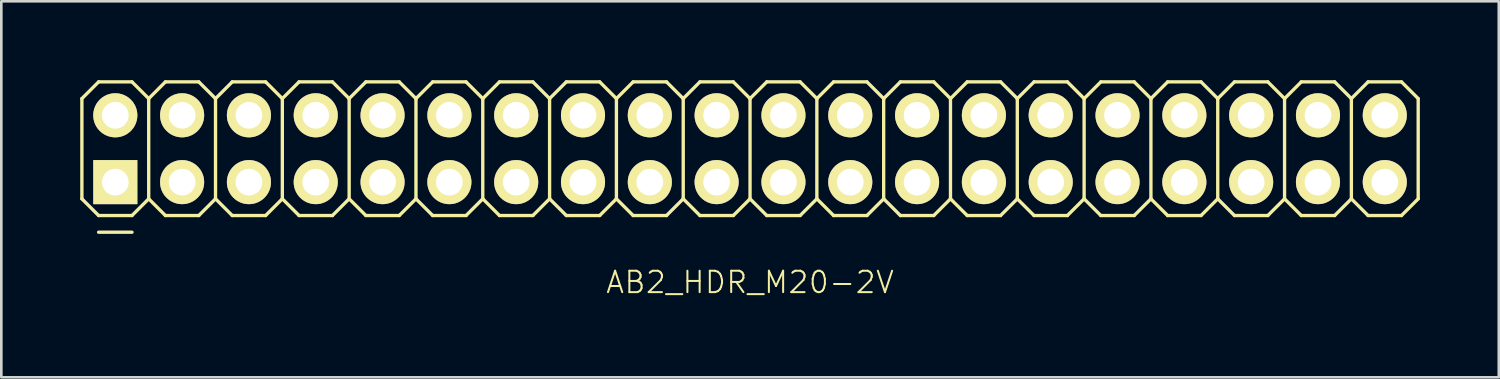
<source format=kicad_pcb>
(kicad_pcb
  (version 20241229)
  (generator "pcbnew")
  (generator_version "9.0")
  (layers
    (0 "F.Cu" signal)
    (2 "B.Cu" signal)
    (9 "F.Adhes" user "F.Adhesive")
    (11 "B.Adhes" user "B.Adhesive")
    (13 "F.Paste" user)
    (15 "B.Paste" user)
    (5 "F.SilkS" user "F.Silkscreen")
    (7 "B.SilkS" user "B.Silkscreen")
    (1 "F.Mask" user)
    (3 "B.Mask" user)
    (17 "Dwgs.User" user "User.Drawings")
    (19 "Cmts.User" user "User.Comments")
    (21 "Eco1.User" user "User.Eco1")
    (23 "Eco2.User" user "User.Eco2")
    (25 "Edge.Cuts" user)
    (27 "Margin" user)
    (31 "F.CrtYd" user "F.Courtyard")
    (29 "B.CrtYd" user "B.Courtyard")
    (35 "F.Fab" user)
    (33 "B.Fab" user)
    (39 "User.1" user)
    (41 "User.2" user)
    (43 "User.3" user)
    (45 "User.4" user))
  (footprint "AB2_HDR_M20-2V"
    (layer "F.Cu")
    (at 25.463 2.603)
    (property "Reference" "AB2_HDR_M20-2V" (at 0 5.08 0) (layer "F.SilkS") (effects (font (size 0.813 0.813) (thickness 0.076))))
    (attr through_hole)
    (fp_line (start -25.4 -1.905) (end -24.765 -2.54) (stroke (width 0.127) (type solid)) (layer "F.SilkS"))
    (fp_line (start -25.4 1.905) (end -25.4 -1.905) (stroke (width 0.127) (type solid)) (layer "F.SilkS"))
    (fp_line (start -24.765 -2.54) (end -23.495 -2.54) (stroke (width 0.127) (type solid)) (layer "F.SilkS"))
    (fp_line (start -24.765 2.54) (end -25.4 1.905) (stroke (width 0.127) (type solid)) (layer "F.SilkS"))
    (fp_line (start -24.765 3.175) (end -23.495 3.175) (stroke (width 0.127) (type solid)) (layer "F.SilkS"))
    (fp_line (start -23.495 -2.54) (end -22.86 -1.905) (stroke (width 0.127) (type solid)) (layer "F.SilkS"))
    (fp_line (start -23.495 2.54) (end -24.765 2.54) (stroke (width 0.127) (type solid)) (layer "F.SilkS"))
    (fp_line (start -22.86 -1.905) (end -22.86 1.905) (stroke (width 0.127) (type solid)) (layer "F.SilkS"))
    (fp_line (start -22.86 -1.905) (end -22.225 -2.54) (stroke (width 0.127) (type solid)) (layer "F.SilkS"))
    (fp_line (start -22.86 1.905) (end -23.495 2.54) (stroke (width 0.127) (type solid)) (layer "F.SilkS"))
    (fp_line (start -22.225 -2.54) (end -20.955 -2.54) (stroke (width 0.127) (type solid)) (layer "F.SilkS"))
    (fp_line (start -22.225 2.54) (end -22.86 1.905) (stroke (width 0.127) (type solid)) (layer "F.SilkS"))
    (fp_line (start -20.955 -2.54) (end -20.32 -1.905) (stroke (width 0.127) (type solid)) (layer "F.SilkS"))
    (fp_line (start -20.955 2.54) (end -22.225 2.54) (stroke (width 0.127) (type solid)) (layer "F.SilkS"))
    (fp_line (start -20.32 -1.905) (end -20.32 1.905) (stroke (width 0.127) (type solid)) (layer "F.SilkS"))
    (fp_line (start -20.32 -1.905) (end -19.685 -2.54) (stroke (width 0.127) (type solid)) (layer "F.SilkS"))
    (fp_line (start -20.32 1.905) (end -20.955 2.54) (stroke (width 0.127) (type solid)) (layer "F.SilkS"))
    (fp_line (start -19.685 -2.54) (end -18.415 -2.54) (stroke (width 0.127) (type solid)) (layer "F.SilkS"))
    (fp_line (start -19.685 2.54) (end -20.32 1.905) (stroke (width 0.127) (type solid)) (layer "F.SilkS"))
    (fp_line (start -18.415 -2.54) (end -17.78 -1.905) (stroke (width 0.127) (type solid)) (layer "F.SilkS"))
    (fp_line (start -18.415 2.54) (end -19.685 2.54) (stroke (width 0.127) (type solid)) (layer "F.SilkS"))
    (fp_line (start -17.78 -1.905) (end -17.78 1.905) (stroke (width 0.127) (type solid)) (layer "F.SilkS"))
    (fp_line (start -17.78 -1.905) (end -17.145 -2.54) (stroke (width 0.127) (type solid)) (layer "F.SilkS"))
    (fp_line (start -17.78 1.905) (end -18.415 2.54) (stroke (width 0.127) (type solid)) (layer "F.SilkS"))
    (fp_line (start -17.145 -2.54) (end -15.875 -2.54) (stroke (width 0.127) (type solid)) (layer "F.SilkS"))
    (fp_line (start -17.145 2.54) (end -17.78 1.905) (stroke (width 0.127) (type solid)) (layer "F.SilkS"))
    (fp_line (start -15.875 -2.54) (end -15.24 -1.905) (stroke (width 0.127) (type solid)) (layer "F.SilkS"))
    (fp_line (start -15.875 2.54) (end -17.145 2.54) (stroke (width 0.127) (type solid)) (layer "F.SilkS"))
    (fp_line (start -15.24 -1.905) (end -15.24 1.905) (stroke (width 0.127) (type solid)) (layer "F.SilkS"))
    (fp_line (start -15.24 -1.905) (end -14.605 -2.54) (stroke (width 0.127) (type solid)) (layer "F.SilkS"))
    (fp_line (start -15.24 1.905) (end -15.875 2.54) (stroke (width 0.127) (type solid)) (layer "F.SilkS"))
    (fp_line (start -14.605 -2.54) (end -13.335 -2.54) (stroke (width 0.127) (type solid)) (layer "F.SilkS"))
    (fp_line (start -14.605 2.54) (end -15.24 1.905) (stroke (width 0.127) (type solid)) (layer "F.SilkS"))
    (fp_line (start -13.335 -2.54) (end -12.7 -1.905) (stroke (width 0.127) (type solid)) (layer "F.SilkS"))
    (fp_line (start -13.335 2.54) (end -14.605 2.54) (stroke (width 0.127) (type solid)) (layer "F.SilkS"))
    (fp_line (start -12.7 -1.905) (end -12.7 1.905) (stroke (width 0.127) (type solid)) (layer "F.SilkS"))
    (fp_line (start -12.7 -1.905) (end -12.065 -2.54) (stroke (width 0.127) (type solid)) (layer "F.SilkS"))
    (fp_line (start -12.7 1.905) (end -13.335 2.54) (stroke (width 0.127) (type solid)) (layer "F.SilkS"))
    (fp_line (start -12.065 -2.54) (end -10.795 -2.54) (stroke (width 0.127) (type solid)) (layer "F.SilkS"))
    (fp_line (start -12.065 2.54) (end -12.7 1.905) (stroke (width 0.127) (type solid)) (layer "F.SilkS"))
    (fp_line (start -10.795 -2.54) (end -10.16 -1.905) (stroke (width 0.127) (type solid)) (layer "F.SilkS"))
    (fp_line (start -10.795 2.54) (end -12.065 2.54) (stroke (width 0.127) (type solid)) (layer "F.SilkS"))
    (fp_line (start -10.16 -1.905) (end -10.16 1.905) (stroke (width 0.127) (type solid)) (layer "F.SilkS"))
    (fp_line (start -10.16 -1.905) (end -9.525 -2.54) (stroke (width 0.127) (type solid)) (layer "F.SilkS"))
    (fp_line (start -10.16 1.905) (end -10.795 2.54) (stroke (width 0.127) (type solid)) (layer "F.SilkS"))
    (fp_line (start -9.525 -2.54) (end -8.255 -2.54) (stroke (width 0.127) (type solid)) (layer "F.SilkS"))
    (fp_line (start -9.525 2.54) (end -10.16 1.905) (stroke (width 0.127) (type solid)) (layer "F.SilkS"))
    (fp_line (start -8.255 -2.54) (end -7.62 -1.905) (stroke (width 0.127) (type solid)) (layer "F.SilkS"))
    (fp_line (start -8.255 2.54) (end -9.525 2.54) (stroke (width 0.127) (type solid)) (layer "F.SilkS"))
    (fp_line (start -7.62 -1.905) (end -7.62 1.905) (stroke (width 0.127) (type solid)) (layer "F.SilkS"))
    (fp_line (start -7.62 -1.905) (end -6.985 -2.54) (stroke (width 0.127) (type solid)) (layer "F.SilkS"))
    (fp_line (start -7.62 1.905) (end -8.255 2.54) (stroke (width 0.127) (type solid)) (layer "F.SilkS"))
    (fp_line (start -6.985 -2.54) (end -5.715 -2.54) (stroke (width 0.127) (type solid)) (layer "F.SilkS"))
    (fp_line (start -6.985 2.54) (end -7.62 1.905) (stroke (width 0.127) (type solid)) (layer "F.SilkS"))
    (fp_line (start -5.715 -2.54) (end -5.08 -1.905) (stroke (width 0.127) (type solid)) (layer "F.SilkS"))
    (fp_line (start -5.715 2.54) (end -6.985 2.54) (stroke (width 0.127) (type solid)) (layer "F.SilkS"))
    (fp_line (start -5.08 -1.905) (end -5.08 1.905) (stroke (width 0.127) (type solid)) (layer "F.SilkS"))
    (fp_line (start -5.08 -1.905) (end -4.445 -2.54) (stroke (width 0.127) (type solid)) (layer "F.SilkS"))
    (fp_line (start -5.08 1.905) (end -5.715 2.54) (stroke (width 0.127) (type solid)) (layer "F.SilkS"))
    (fp_line (start -4.445 -2.54) (end -3.175 -2.54) (stroke (width 0.127) (type solid)) (layer "F.SilkS"))
    (fp_line (start -4.445 2.54) (end -5.08 1.905) (stroke (width 0.127) (type solid)) (layer "F.SilkS"))
    (fp_line (start -3.175 -2.54) (end -2.54 -1.905) (stroke (width 0.127) (type solid)) (layer "F.SilkS"))
    (fp_line (start -3.175 2.54) (end -4.445 2.54) (stroke (width 0.127) (type solid)) (layer "F.SilkS"))
    (fp_line (start -2.54 -1.905) (end -2.54 1.905) (stroke (width 0.127) (type solid)) (layer "F.SilkS"))
    (fp_line (start -2.54 -1.905) (end -1.905 -2.54) (stroke (width 0.127) (type solid)) (layer "F.SilkS"))
    (fp_line (start -2.54 1.905) (end -3.175 2.54) (stroke (width 0.127) (type solid)) (layer "F.SilkS"))
    (fp_line (start -1.905 -2.54) (end -0.635 -2.54) (stroke (width 0.127) (type solid)) (layer "F.SilkS"))
    (fp_line (start -1.905 2.54) (end -2.54 1.905) (stroke (width 0.127) (type solid)) (layer "F.SilkS"))
    (fp_line (start -0.635 -2.54) (end 0 -1.905) (stroke (width 0.127) (type solid)) (layer "F.SilkS"))
    (fp_line (start -0.635 2.54) (end -1.905 2.54) (stroke (width 0.127) (type solid)) (layer "F.SilkS"))
    (fp_line (start 0 -1.905) (end 0 1.905) (stroke (width 0.127) (type solid)) (layer "F.SilkS"))
    (fp_line (start 0 -1.905) (end 0.635 -2.54) (stroke (width 0.127) (type solid)) (layer "F.SilkS"))
    (fp_line (start 0 1.905) (end -0.635 2.54) (stroke (width 0.127) (type solid)) (layer "F.SilkS"))
    (fp_line (start 0.635 -2.54) (end 1.905 -2.54) (stroke (width 0.127) (type solid)) (layer "F.SilkS"))
    (fp_line (start 0.635 2.54) (end 0 1.905) (stroke (width 0.127) (type solid)) (layer "F.SilkS"))
    (fp_line (start 1.905 -2.54) (end 2.54 -1.905) (stroke (width 0.127) (type solid)) (layer "F.SilkS"))
    (fp_line (start 1.905 2.54) (end 0.635 2.54) (stroke (width 0.127) (type solid)) (layer "F.SilkS"))
    (fp_line (start 2.54 -1.905) (end 2.54 1.905) (stroke (width 0.127) (type solid)) (layer "F.SilkS"))
    (fp_line (start 2.54 -1.905) (end 3.175 -2.54) (stroke (width 0.127) (type solid)) (layer "F.SilkS"))
    (fp_line (start 2.54 1.905) (end 1.905 2.54) (stroke (width 0.127) (type solid)) (layer "F.SilkS"))
    (fp_line (start 3.175 -2.54) (end 4.445 -2.54) (stroke (width 0.127) (type solid)) (layer "F.SilkS"))
    (fp_line (start 3.175 2.54) (end 2.54 1.905) (stroke (width 0.127) (type solid)) (layer "F.SilkS"))
    (fp_line (start 4.445 -2.54) (end 5.08 -1.905) (stroke (width 0.127) (type solid)) (layer "F.SilkS"))
    (fp_line (start 4.445 2.54) (end 3.175 2.54) (stroke (width 0.127) (type solid)) (layer "F.SilkS"))
    (fp_line (start 5.08 -1.905) (end 5.08 1.905) (stroke (width 0.127) (type solid)) (layer "F.SilkS"))
    (fp_line (start 5.08 -1.905) (end 5.715 -2.54) (stroke (width 0.127) (type solid)) (layer "F.SilkS"))
    (fp_line (start 5.08 1.905) (end 4.445 2.54) (stroke (width 0.127) (type solid)) (layer "F.SilkS"))
    (fp_line (start 5.715 -2.54) (end 6.985 -2.54) (stroke (width 0.127) (type solid)) (layer "F.SilkS"))
    (fp_line (start 5.715 2.54) (end 5.08 1.905) (stroke (width 0.127) (type solid)) (layer "F.SilkS"))
    (fp_line (start 6.985 -2.54) (end 7.62 -1.905) (stroke (width 0.127) (type solid)) (layer "F.SilkS"))
    (fp_line (start 6.985 2.54) (end 5.715 2.54) (stroke (width 0.127) (type solid)) (layer "F.SilkS"))
    (fp_line (start 7.62 -1.905) (end 7.62 1.905) (stroke (width 0.127) (type solid)) (layer "F.SilkS"))
    (fp_line (start 7.62 -1.905) (end 8.255 -2.54) (stroke (width 0.127) (type solid)) (layer "F.SilkS"))
    (fp_line (start 7.62 1.905) (end 6.985 2.54) (stroke (width 0.127) (type solid)) (layer "F.SilkS"))
    (fp_line (start 8.255 -2.54) (end 9.525 -2.54) (stroke (width 0.127) (type solid)) (layer "F.SilkS"))
    (fp_line (start 8.255 2.54) (end 7.62 1.905) (stroke (width 0.127) (type solid)) (layer "F.SilkS"))
    (fp_line (start 9.525 -2.54) (end 10.16 -1.905) (stroke (width 0.127) (type solid)) (layer "F.SilkS"))
    (fp_line (start 9.525 2.54) (end 8.255 2.54) (stroke (width 0.127) (type solid)) (layer "F.SilkS"))
    (fp_line (start 10.16 -1.905) (end 10.16 1.905) (stroke (width 0.127) (type solid)) (layer "F.SilkS"))
    (fp_line (start 10.16 -1.905) (end 10.795 -2.54) (stroke (width 0.127) (type solid)) (layer "F.SilkS"))
    (fp_line (start 10.16 1.905) (end 9.525 2.54) (stroke (width 0.127) (type solid)) (layer "F.SilkS"))
    (fp_line (start 10.795 -2.54) (end 12.065 -2.54) (stroke (width 0.127) (type solid)) (layer "F.SilkS"))
    (fp_line (start 10.795 2.54) (end 10.16 1.905) (stroke (width 0.127) (type solid)) (layer "F.SilkS"))
    (fp_line (start 12.065 -2.54) (end 12.7 -1.905) (stroke (width 0.127) (type solid)) (layer "F.SilkS"))
    (fp_line (start 12.065 2.54) (end 10.795 2.54) (stroke (width 0.127) (type solid)) (layer "F.SilkS"))
    (fp_line (start 12.7 -1.905) (end 12.7 1.905) (stroke (width 0.127) (type solid)) (layer "F.SilkS"))
    (fp_line (start 12.7 -1.905) (end 13.335 -2.54) (stroke (width 0.127) (type solid)) (layer "F.SilkS"))
    (fp_line (start 12.7 1.905) (end 12.065 2.54) (stroke (width 0.127) (type solid)) (layer "F.SilkS"))
    (fp_line (start 13.335 -2.54) (end 14.605 -2.54) (stroke (width 0.127) (type solid)) (layer "F.SilkS"))
    (fp_line (start 13.335 2.54) (end 12.7 1.905) (stroke (width 0.127) (type solid)) (layer "F.SilkS"))
    (fp_line (start 14.605 -2.54) (end 15.24 -1.905) (stroke (width 0.127) (type solid)) (layer "F.SilkS"))
    (fp_line (start 14.605 2.54) (end 13.335 2.54) (stroke (width 0.127) (type solid)) (layer "F.SilkS"))
    (fp_line (start 15.24 -1.905) (end 15.24 1.905) (stroke (width 0.127) (type solid)) (layer "F.SilkS"))
    (fp_line (start 15.24 -1.905) (end 15.875 -2.54) (stroke (width 0.127) (type solid)) (layer "F.SilkS"))
    (fp_line (start 15.24 1.905) (end 14.605 2.54) (stroke (width 0.127) (type solid)) (layer "F.SilkS"))
    (fp_line (start 15.875 -2.54) (end 17.145 -2.54) (stroke (width 0.127) (type solid)) (layer "F.SilkS"))
    (fp_line (start 15.875 2.54) (end 15.24 1.905) (stroke (width 0.127) (type solid)) (layer "F.SilkS"))
    (fp_line (start 17.145 -2.54) (end 17.78 -1.905) (stroke (width 0.127) (type solid)) (layer "F.SilkS"))
    (fp_line (start 17.145 2.54) (end 15.875 2.54) (stroke (width 0.127) (type solid)) (layer "F.SilkS"))
    (fp_line (start 17.78 -1.905) (end 17.78 1.905) (stroke (width 0.127) (type solid)) (layer "F.SilkS"))
    (fp_line (start 17.78 -1.905) (end 18.415 -2.54) (stroke (width 0.127) (type solid)) (layer "F.SilkS"))
    (fp_line (start 17.78 1.905) (end 17.145 2.54) (stroke (width 0.127) (type solid)) (layer "F.SilkS"))
    (fp_line (start 18.415 -2.54) (end 19.685 -2.54) (stroke (width 0.127) (type solid)) (layer "F.SilkS"))
    (fp_line (start 18.415 2.54) (end 17.78 1.905) (stroke (width 0.127) (type solid)) (layer "F.SilkS"))
    (fp_line (start 19.685 -2.54) (end 20.32 -1.905) (stroke (width 0.127) (type solid)) (layer "F.SilkS"))
    (fp_line (start 19.685 2.54) (end 18.415 2.54) (stroke (width 0.127) (type solid)) (layer "F.SilkS"))
    (fp_line (start 20.32 -1.905) (end 20.32 1.905) (stroke (width 0.127) (type solid)) (layer "F.SilkS"))
    (fp_line (start 20.32 -1.905) (end 20.955 -2.54) (stroke (width 0.127) (type solid)) (layer "F.SilkS"))
    (fp_line (start 20.32 1.905) (end 19.685 2.54) (stroke (width 0.127) (type solid)) (layer "F.SilkS"))
    (fp_line (start 20.955 -2.54) (end 22.225 -2.54) (stroke (width 0.127) (type solid)) (layer "F.SilkS"))
    (fp_line (start 20.955 2.54) (end 20.32 1.905) (stroke (width 0.127) (type solid)) (layer "F.SilkS"))
    (fp_line (start 22.225 -2.54) (end 22.86 -1.905) (stroke (width 0.127) (type solid)) (layer "F.SilkS"))
    (fp_line (start 22.225 2.54) (end 20.955 2.54) (stroke (width 0.127) (type solid)) (layer "F.SilkS"))
    (fp_line (start 22.86 -1.905) (end 22.86 1.905) (stroke (width 0.127) (type solid)) (layer "F.SilkS"))
    (fp_line (start 22.86 -1.905) (end 23.495 -2.54) (stroke (width 0.127) (type solid)) (layer "F.SilkS"))
    (fp_line (start 22.86 1.905) (end 22.225 2.54) (stroke (width 0.127) (type solid)) (layer "F.SilkS"))
    (fp_line (start 23.495 -2.54) (end 24.765 -2.54) (stroke (width 0.127) (type solid)) (layer "F.SilkS"))
    (fp_line (start 23.495 2.54) (end 22.86 1.905) (stroke (width 0.127) (type solid)) (layer "F.SilkS"))
    (fp_line (start 24.765 -2.54) (end 25.4 -1.905) (stroke (width 0.127) (type solid)) (layer "F.SilkS"))
    (fp_line (start 24.765 2.54) (end 23.495 2.54) (stroke (width 0.127) (type solid)) (layer "F.SilkS"))
    (fp_line (start 25.4 -1.905) (end 25.4 1.905) (stroke (width 0.127) (type solid)) (layer "F.SilkS"))
    (fp_line (start 25.4 1.905) (end 24.765 2.54) (stroke (width 0.127) (type solid)) (layer "F.SilkS"))
    (pad "1" thru_hole rect (at -24.13 1.27) (size 1.676 1.676) (drill 1.016) (layers "*.Cu" "*.Mask" "F.SilkS"))
    (pad "2" thru_hole circle (at -24.13 -1.27) (size 1.676 1.676) (drill 1.016) (layers "*.Cu" "*.Mask" "F.SilkS"))
    (pad "3" thru_hole circle (at -21.59 1.27) (size 1.676 1.676) (drill 1.016) (layers "*.Cu" "*.Mask" "F.SilkS"))
    (pad "4" thru_hole circle (at -21.59 -1.27) (size 1.676 1.676) (drill 1.016) (layers "*.Cu" "*.Mask" "F.SilkS"))
    (pad "5" thru_hole circle (at -19.05 1.27) (size 1.676 1.676) (drill 1.016) (layers "*.Cu" "*.Mask" "F.SilkS"))
    (pad "6" thru_hole circle (at -19.05 -1.27) (size 1.676 1.676) (drill 1.016) (layers "*.Cu" "*.Mask" "F.SilkS"))
    (pad "7" thru_hole circle (at -16.51 1.27) (size 1.676 1.676) (drill 1.016) (layers "*.Cu" "*.Mask" "F.SilkS"))
    (pad "8" thru_hole circle (at -16.51 -1.27) (size 1.676 1.676) (drill 1.016) (layers "*.Cu" "*.Mask" "F.SilkS"))
    (pad "9" thru_hole circle (at -13.97 1.27) (size 1.676 1.676) (drill 1.016) (layers "*.Cu" "*.Mask" "F.SilkS"))
    (pad "10" thru_hole circle (at -13.97 -1.27) (size 1.676 1.676) (drill 1.016) (layers "*.Cu" "*.Mask" "F.SilkS"))
    (pad "11" thru_hole circle (at -11.43 1.27) (size 1.676 1.676) (drill 1.016) (layers "*.Cu" "*.Mask" "F.SilkS"))
    (pad "12" thru_hole circle (at -11.43 -1.27) (size 1.676 1.676) (drill 1.016) (layers "*.Cu" "*.Mask" "F.SilkS"))
    (pad "13" thru_hole circle (at -8.89 1.27) (size 1.676 1.676) (drill 1.016) (layers "*.Cu" "*.Mask" "F.SilkS"))
    (pad "14" thru_hole circle (at -8.89 -1.27) (size 1.676 1.676) (drill 1.016) (layers "*.Cu" "*.Mask" "F.SilkS"))
    (pad "15" thru_hole circle (at -6.35 1.27) (size 1.676 1.676) (drill 1.016) (layers "*.Cu" "*.Mask" "F.SilkS"))
    (pad "16" thru_hole circle (at -6.35 -1.27) (size 1.676 1.676) (drill 1.016) (layers "*.Cu" "*.Mask" "F.SilkS"))
    (pad "17" thru_hole circle (at -3.81 1.27) (size 1.676 1.676) (drill 1.016) (layers "*.Cu" "*.Mask" "F.SilkS"))
    (pad "18" thru_hole circle (at -3.81 -1.27) (size 1.676 1.676) (drill 1.016) (layers "*.Cu" "*.Mask" "F.SilkS"))
    (pad "19" thru_hole circle (at -1.27 1.27) (size 1.676 1.676) (drill 1.016) (layers "*.Cu" "*.Mask" "F.SilkS"))
    (pad "20" thru_hole circle (at -1.27 -1.27) (size 1.676 1.676) (drill 1.016) (layers "*.Cu" "*.Mask" "F.SilkS"))
    (pad "21" thru_hole circle (at 1.27 1.27) (size 1.676 1.676) (drill 1.016) (layers "*.Cu" "*.Mask" "F.SilkS"))
    (pad "22" thru_hole circle (at 1.27 -1.27) (size 1.676 1.676) (drill 1.016) (layers "*.Cu" "*.Mask" "F.SilkS"))
    (pad "23" thru_hole circle (at 3.81 1.27) (size 1.676 1.676) (drill 1.016) (layers "*.Cu" "*.Mask" "F.SilkS"))
    (pad "24" thru_hole circle (at 3.81 -1.27) (size 1.676 1.676) (drill 1.016) (layers "*.Cu" "*.Mask" "F.SilkS"))
    (pad "25" thru_hole circle (at 6.35 1.27) (size 1.676 1.676) (drill 1.016) (layers "*.Cu" "*.Mask" "F.SilkS"))
    (pad "26" thru_hole circle (at 6.35 -1.27) (size 1.676 1.676) (drill 1.016) (layers "*.Cu" "*.Mask" "F.SilkS"))
    (pad "27" thru_hole circle (at 8.89 1.27) (size 1.676 1.676) (drill 1.016) (layers "*.Cu" "*.Mask" "F.SilkS"))
    (pad "28" thru_hole circle (at 8.89 -1.27) (size 1.676 1.676) (drill 1.016) (layers "*.Cu" "*.Mask" "F.SilkS"))
    (pad "29" thru_hole circle (at 11.43 1.27) (size 1.676 1.676) (drill 1.016) (layers "*.Cu" "*.Mask" "F.SilkS"))
    (pad "30" thru_hole circle (at 11.43 -1.27) (size 1.676 1.676) (drill 1.016) (layers "*.Cu" "*.Mask" "F.SilkS"))
    (pad "31" thru_hole circle (at 13.97 1.27) (size 1.676 1.676) (drill 1.016) (layers "*.Cu" "*.Mask" "F.SilkS"))
    (pad "32" thru_hole circle (at 13.97 -1.27) (size 1.676 1.676) (drill 1.016) (layers "*.Cu" "*.Mask" "F.SilkS"))
    (pad "33" thru_hole circle (at 16.51 1.27) (size 1.676 1.676) (drill 1.016) (layers "*.Cu" "*.Mask" "F.SilkS"))
    (pad "34" thru_hole circle (at 16.51 -1.27) (size 1.676 1.676) (drill 1.016) (layers "*.Cu" "*.Mask" "F.SilkS"))
    (pad "35" thru_hole circle (at 19.05 1.27) (size 1.676 1.676) (drill 1.016) (layers "*.Cu" "*.Mask" "F.SilkS"))
    (pad "36" thru_hole circle (at 19.05 -1.27) (size 1.676 1.676) (drill 1.016) (layers "*.Cu" "*.Mask" "F.SilkS"))
    (pad "37" thru_hole circle (at 21.59 1.27) (size 1.676 1.676) (drill 1.016) (layers "*.Cu" "*.Mask" "F.SilkS"))
    (pad "38" thru_hole circle (at 21.59 -1.27) (size 1.676 1.676) (drill 1.016) (layers "*.Cu" "*.Mask" "F.SilkS"))
    (pad "39" thru_hole circle (at 24.13 1.27) (size 1.676 1.676) (drill 1.016) (layers "*.Cu" "*.Mask" "F.SilkS"))
    (pad "40" thru_hole circle (at 24.13 -1.27) (size 1.676 1.676) (drill 1.016) (layers "*.Cu" "*.Mask" "F.SilkS")))
  (gr_rect
    (start -3 -3)
    (end 53.927 11.293)
    (stroke (width 0.1) (type default))
    (fill no)
    (layer "Edge.Cuts")))
</source>
